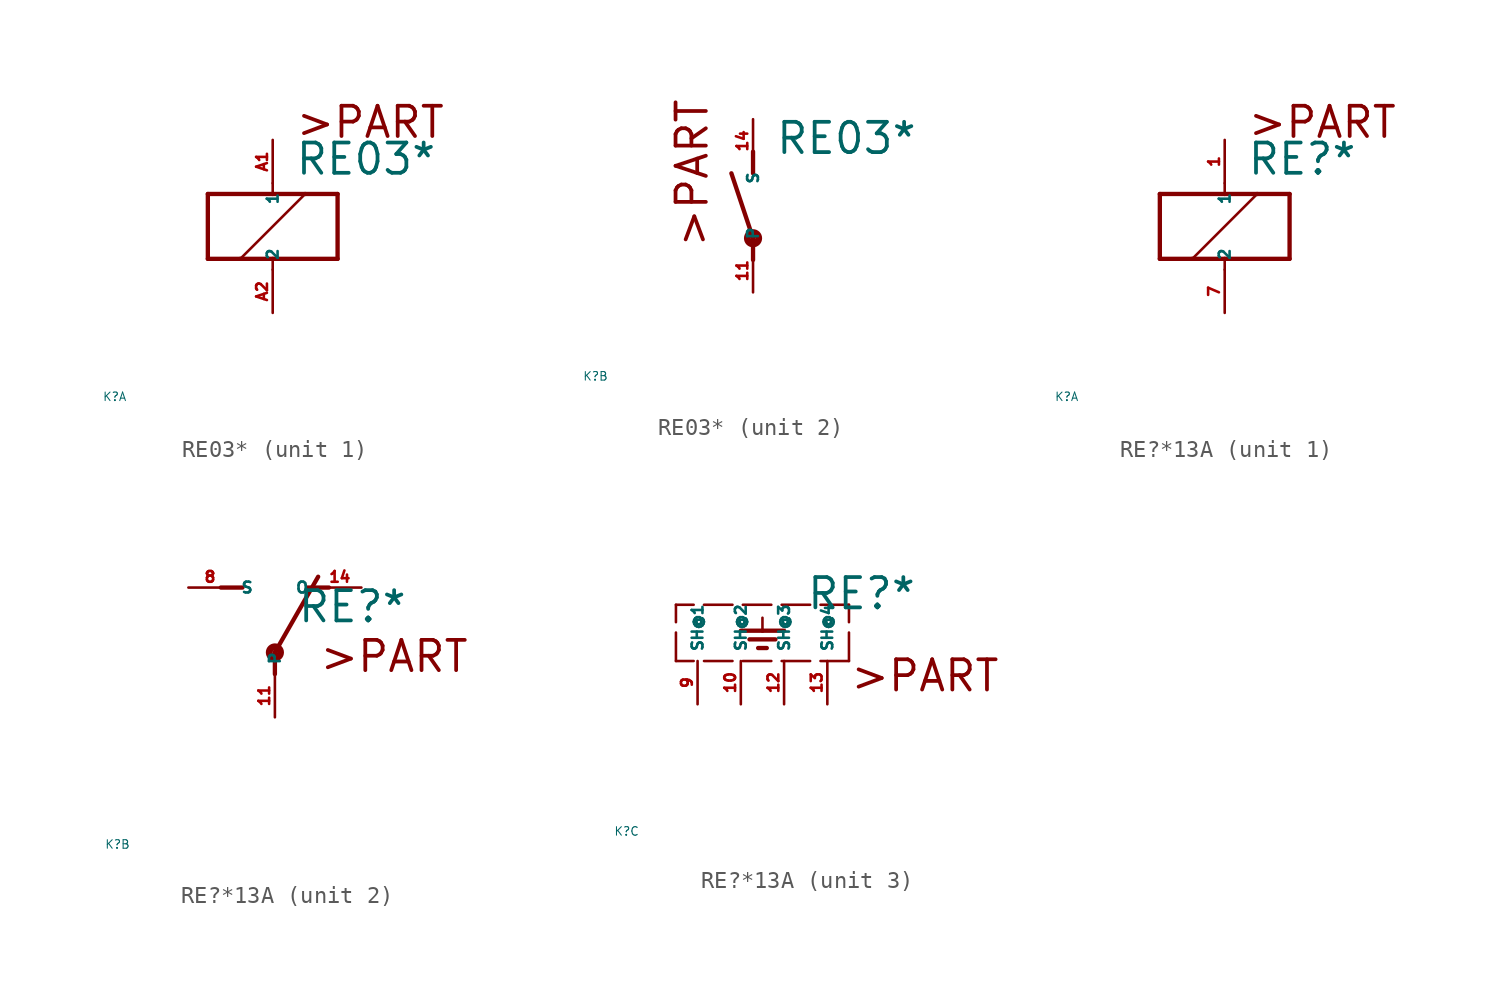
<source format=kicad_sym>
(kicad_symbol_lib
  (version 20220914)
  (generator Eagle2Kicad)
  (symbol "RE03*"
    (property "Reference" "K"
      (at -10 -10 0)
      (effects (font (size 0.5 0.5) (thickness 0.06)) (justify left)))
    (property "Value" "RE03*"
      (at 1.27 2.921 0)
      (effects (font (size 1.778 1.778) (thickness 0.22)) (justify left bottom)))
    (symbol "RE03*_1_0"
      (polyline (pts (xy -3.81 -1.905) (xy -1.905 -1.905)) (stroke (width 0.254) (type default)) (fill (type none)))
      (polyline (pts (xy 3.81 -1.905) (xy 3.81 1.905)) (stroke (width 0.254) (type default)) (fill (type none)))
      (polyline (pts (xy 3.81 1.905) (xy 1.905 1.905)) (stroke (width 0.254) (type default)) (fill (type none)))
      (polyline (pts (xy -3.81 1.905) (xy -3.81 -1.905)) (stroke (width 0.254) (type default)) (fill (type none)))
      (polyline (pts (xy 0 -2.54) (xy 0 -1.905)) (stroke (width 0.152) (type default)) (fill (type none)))
      (polyline (pts (xy 0 -1.905) (xy 3.81 -1.905)) (stroke (width 0.254) (type default)) (fill (type none)))
      (polyline (pts (xy 0 2.54) (xy 0 1.905)) (stroke (width 0.152) (type default)) (fill (type none)))
      (polyline (pts (xy 0 1.905) (xy -3.81 1.905)) (stroke (width 0.254) (type default)) (fill (type none)))
      (polyline (pts (xy -1.905 -1.905) (xy 1.905 1.905)) (stroke (width 0.152) (type default)) (fill (type none)))
      (polyline (pts (xy -1.905 -1.905) (xy 0 -1.905)) (stroke (width 0.254) (type default)) (fill (type none)))
      (polyline (pts (xy 1.905 1.905) (xy 0 1.905)) (stroke (width 0.254) (type default)) (fill (type none)))
      (text ">PART" (at 1.27 5.08 0) (effects (font (size 1.778 1.778) (thickness 0.22)) (justify left bottom)))
      (pin passive line (at 0 -5.08 90) (length 2.54) (name "2" (effects (font (size 0.635 0.635) (thickness 0.08)) (justify left bottom))) (number "A2" (effects (font (size 0.635 0.635) (thickness 0.08)) (justify left bottom))))
      (pin passive line (at 0 5.08 270) (length 2.54) (name "1" (effects (font (size 0.635 0.635) (thickness 0.08)) (justify left bottom))) (number "A1" (effects (font (size 0.635 0.635) (thickness 0.08)) (justify left bottom)))))
    (symbol "RE03*_2_0"
      (polyline (pts (xy 0 3.175) (xy 0 1.905)) (stroke (width 0.254) (type default)) (fill (type none)))
      (polyline (pts (xy 0 -3.175) (xy 0 -1.905)) (stroke (width 0.254) (type default)) (fill (type none)))
      (polyline (pts (xy 0 -1.905) (xy -1.27 1.905)) (stroke (width 0.254) (type default)) (fill (type none)))
      (text ">PART" (at -2.54 -2.54 900) (effects (font (size 1.778 1.778) (thickness 0.22)) (justify left bottom)))
      (circle (center 0 -1.905) (radius 0.127) (stroke (width 0.406) (type default)) (fill (type none)))
      (pin passive line (at 0 -5.08 90) (length 2.54) (name "P" (effects (font (size 0.635 0.635) (thickness 0.08)) (justify left bottom))) (number "11" (effects (font (size 0.635 0.635) (thickness 0.08)) (justify left bottom))))
      (pin passive line (at 0 5.08 270) (length 2.54) (name "S" (effects (font (size 0.635 0.635) (thickness 0.08)) (justify left bottom))) (number "14" (effects (font (size 0.635 0.635) (thickness 0.08)) (justify left bottom))))))
  (symbol "RE?*13A"
    (property "Reference" "K"
      (at -10 -10 0)
      (effects (font (size 0.5 0.5) (thickness 0.06)) (justify left)))
    (property "Value" "RE?*"
      (at 1.27 2.921 0)
      (effects (font (size 1.778 1.778) (thickness 0.22)) (justify left bottom)))
    (symbol "RE?*13A_1_0"
      (polyline (pts (xy -3.81 -1.905) (xy -1.905 -1.905)) (stroke (width 0.254) (type default)) (fill (type none)))
      (polyline (pts (xy 3.81 -1.905) (xy 3.81 1.905)) (stroke (width 0.254) (type default)) (fill (type none)))
      (polyline (pts (xy 3.81 1.905) (xy 1.905 1.905)) (stroke (width 0.254) (type default)) (fill (type none)))
      (polyline (pts (xy -3.81 1.905) (xy -3.81 -1.905)) (stroke (width 0.254) (type default)) (fill (type none)))
      (polyline (pts (xy 0 -2.54) (xy 0 -1.905)) (stroke (width 0.152) (type default)) (fill (type none)))
      (polyline (pts (xy 0 -1.905) (xy 3.81 -1.905)) (stroke (width 0.254) (type default)) (fill (type none)))
      (polyline (pts (xy 0 2.54) (xy 0 1.905)) (stroke (width 0.152) (type default)) (fill (type none)))
      (polyline (pts (xy 0 1.905) (xy -3.81 1.905)) (stroke (width 0.254) (type default)) (fill (type none)))
      (polyline (pts (xy -1.905 -1.905) (xy 1.905 1.905)) (stroke (width 0.152) (type default)) (fill (type none)))
      (polyline (pts (xy -1.905 -1.905) (xy 0 -1.905)) (stroke (width 0.254) (type default)) (fill (type none)))
      (polyline (pts (xy 1.905 1.905) (xy 0 1.905)) (stroke (width 0.254) (type default)) (fill (type none)))
      (text ">PART" (at 1.27 5.08 0) (effects (font (size 1.778 1.778) (thickness 0.22)) (justify left bottom)))
      (pin passive line (at 0 -5.08 90) (length 2.54) (name "2" (effects (font (size 0.635 0.635) (thickness 0.08)) (justify left bottom))) (number "7" (effects (font (size 0.635 0.635) (thickness 0.08)) (justify left bottom))))
      (pin passive line (at 0 5.08 270) (length 2.54) (name "1" (effects (font (size 0.635 0.635) (thickness 0.08)) (justify left bottom))) (number "1" (effects (font (size 0.635 0.635) (thickness 0.08)) (justify left bottom)))))
    (symbol "RE?*13A_2_0"
      (polyline (pts (xy 3.175 5.08) (xy 1.905 5.08)) (stroke (width 0.254) (type default)) (fill (type none)))
      (polyline (pts (xy -3.175 5.08) (xy -1.905 5.08)) (stroke (width 0.254) (type default)) (fill (type none)))
      (polyline (pts (xy 0 1.27) (xy 2.54 5.715)) (stroke (width 0.254) (type default)) (fill (type none)))
      (polyline (pts (xy 0 1.27) (xy 0 0)) (stroke (width 0.254) (type default)) (fill (type none)))
      (text ">PART" (at 2.54 0 0) (effects (font (size 1.778 1.778) (thickness 0.22)) (justify left bottom)))
      (circle (center 0 1.27) (radius 0.127) (stroke (width 0.406) (type default)) (fill (type none)))
      (pin passive line (at 5.08 5.08 180) (length 2.54) (name "O" (effects (font (size 0.635 0.635) (thickness 0.08)) (justify left bottom))) (number "14" (effects (font (size 0.635 0.635) (thickness 0.08)) (justify left bottom))))
      (pin passive line (at -5.08 5.08 0) (length 2.54) (name "S" (effects (font (size 0.635 0.635) (thickness 0.08)) (justify left bottom))) (number "8" (effects (font (size 0.635 0.635) (thickness 0.08)) (justify left bottom))))
      (pin passive line (at 0 -2.54 90) (length 2.54) (name "P" (effects (font (size 0.635 0.635) (thickness 0.08)) (justify left bottom))) (number "11" (effects (font (size 0.635 0.635) (thickness 0.08)) (justify left bottom)))))
    (symbol "RE?*13A_3_0"
      (polyline (pts (xy 3.81 0) (xy -6.35 0)) (stroke (width 0.152) (type dash)) (fill (type none)))
      (polyline (pts (xy -1.27 2.54) (xy -1.27 1.778)) (stroke (width 0.152) (type default)) (fill (type none)))
      (polyline (pts (xy -2.54 1.778) (xy -1.27 1.778)) (stroke (width 0.254) (type default)) (fill (type none)))
      (polyline (pts (xy -1.27 1.778) (xy 0 1.778)) (stroke (width 0.254) (type default)) (fill (type none)))
      (polyline (pts (xy -2.032 1.27) (xy -0.508 1.27)) (stroke (width 0.254) (type default)) (fill (type none)))
      (polyline (pts (xy -1.524 0.762) (xy -1.016 0.762)) (stroke (width 0.254) (type default)) (fill (type none)))
      (polyline (pts (xy 3.81 0) (xy 3.81 3.302)) (stroke (width 0.152) (type dash)) (fill (type none)))
      (polyline (pts (xy 3.81 3.302) (xy -6.35 3.302)) (stroke (width 0.152) (type dash)) (fill (type none)))
      (polyline (pts (xy -6.35 0) (xy -6.35 3.302)) (stroke (width 0.152) (type dash)) (fill (type none)))
      (text ">PART" (at 3.81 -1.905 0) (effects (font (size 1.778 1.778) (thickness 0.22)) (justify left bottom)))
      (pin passive line (at 0 -2.54 90) (length 2.54) (name "SH@3" (effects (font (size 0.635 0.635) (thickness 0.08)) (justify left bottom))) (number "12" (effects (font (size 0.635 0.635) (thickness 0.08)) (justify left bottom))))
      (pin passive line (at -5.08 -2.54 90) (length 2.54) (name "SH@1" (effects (font (size 0.635 0.635) (thickness 0.08)) (justify left bottom))) (number "9" (effects (font (size 0.635 0.635) (thickness 0.08)) (justify left bottom))))
      (pin passive line (at -2.54 -2.54 90) (length 2.54) (name "SH@2" (effects (font (size 0.635 0.635) (thickness 0.08)) (justify left bottom))) (number "10" (effects (font (size 0.635 0.635) (thickness 0.08)) (justify left bottom))))
      (pin passive line (at 2.54 -2.54 90) (length 2.54) (name "SH@4" (effects (font (size 0.635 0.635) (thickness 0.08)) (justify left bottom))) (number "13" (effects (font (size 0.635 0.635) (thickness 0.08)) (justify left bottom)))))))
</source>
